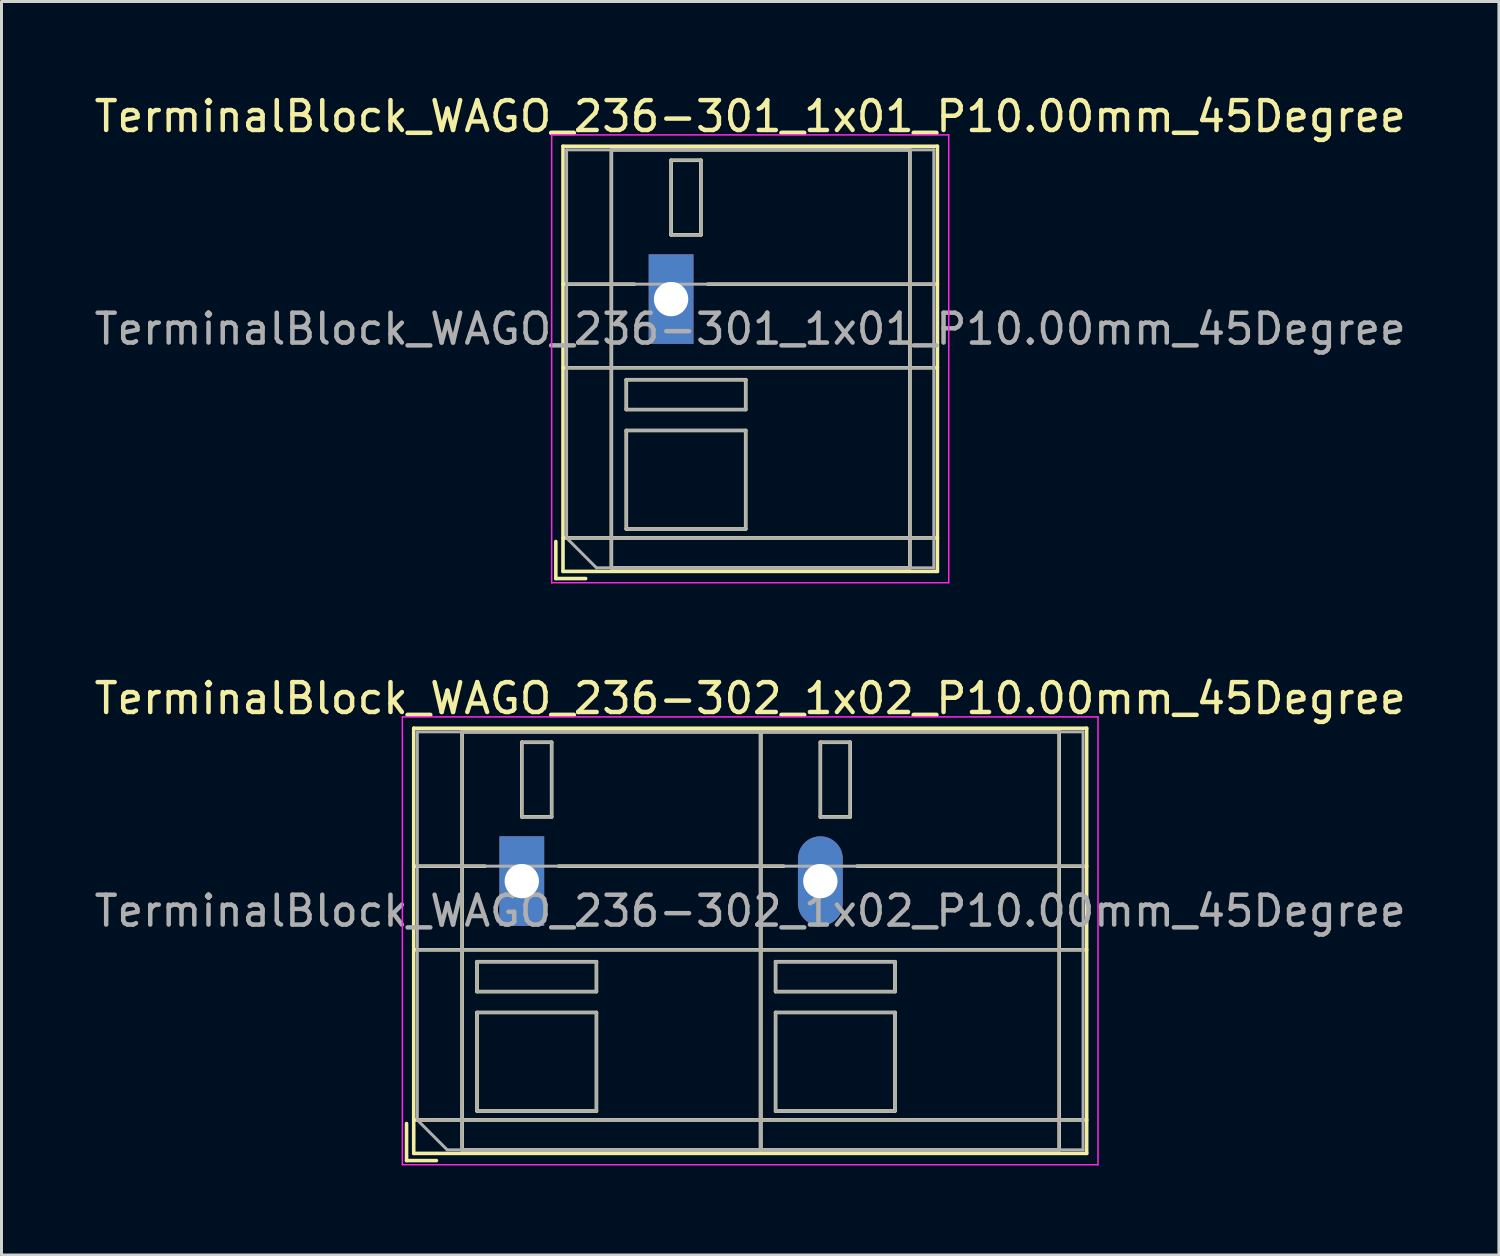
<source format=kicad_pcb>
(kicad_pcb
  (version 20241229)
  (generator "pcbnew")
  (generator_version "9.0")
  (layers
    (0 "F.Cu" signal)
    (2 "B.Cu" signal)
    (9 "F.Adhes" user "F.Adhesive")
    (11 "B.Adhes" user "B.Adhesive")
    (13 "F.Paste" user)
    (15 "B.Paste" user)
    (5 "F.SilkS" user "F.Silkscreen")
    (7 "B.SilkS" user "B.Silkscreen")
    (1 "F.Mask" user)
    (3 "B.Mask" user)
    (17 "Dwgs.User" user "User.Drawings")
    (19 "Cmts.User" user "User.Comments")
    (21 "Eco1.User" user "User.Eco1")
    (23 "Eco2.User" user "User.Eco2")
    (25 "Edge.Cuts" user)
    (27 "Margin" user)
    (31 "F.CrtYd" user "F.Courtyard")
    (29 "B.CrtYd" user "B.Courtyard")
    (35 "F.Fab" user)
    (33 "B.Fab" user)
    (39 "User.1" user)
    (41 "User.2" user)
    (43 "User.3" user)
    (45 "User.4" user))
  (footprint "TerminalBlock_WAGO_236-301_1x01_P10.00mm_45Degree"
    (layer "F.Cu")
    (at 19.427 6.968)
    (property "Reference" "TerminalBlock_WAGO_236-301_1x01_P10.00mm_45Degree" (at 2.65 -6.12 0) (layer "F.SilkS") (effects (font (size 1 1) (thickness 0.15))))
    (attr through_hole)
    (fp_line (start -3.86 8.12) (end -3.86 9.36) (stroke (width 0.12) (type solid)) (layer "F.SilkS"))
    (fp_line (start -3.86 9.36) (end -2.86 9.36) (stroke (width 0.12) (type solid)) (layer "F.SilkS"))
    (fp_line (start -3.62 -5.12) (end -3.62 9.12) (stroke (width 0.12) (type solid)) (layer "F.SilkS"))
    (fp_line (start -3.62 -5.12) (end 8.921 -5.12) (stroke (width 0.12) (type solid)) (layer "F.SilkS"))
    (fp_line (start -3.62 -0.5) (end -1.23 -0.5) (stroke (width 0.12) (type solid)) (layer "F.SilkS"))
    (fp_line (start -3.62 2.3) (end 8.921 2.3) (stroke (width 0.12) (type solid)) (layer "F.SilkS"))
    (fp_line (start -3.62 8) (end 8.921 8) (stroke (width 0.12) (type solid)) (layer "F.SilkS"))
    (fp_line (start -3.62 9.12) (end 8.921 9.12) (stroke (width 0.12) (type solid)) (layer "F.SilkS"))
    (fp_line (start -2 -5) (end -2 9) (stroke (width 0.12) (type solid)) (layer "F.SilkS"))
    (fp_line (start -2 -5) (end 8 -5) (stroke (width 0.12) (type solid)) (layer "F.SilkS"))
    (fp_line (start -2 9) (end 8 9) (stroke (width 0.12) (type solid)) (layer "F.SilkS"))
    (fp_line (start -1.5 2.7) (end -1.5 3.7) (stroke (width 0.12) (type solid)) (layer "F.SilkS"))
    (fp_line (start -1.5 2.7) (end 2.5 2.7) (stroke (width 0.12) (type solid)) (layer "F.SilkS"))
    (fp_line (start -1.5 3.7) (end 2.5 3.7) (stroke (width 0.12) (type solid)) (layer "F.SilkS"))
    (fp_line (start -1.5 4.4) (end -1.5 7.7) (stroke (width 0.12) (type solid)) (layer "F.SilkS"))
    (fp_line (start -1.5 4.4) (end 2.5 4.4) (stroke (width 0.12) (type solid)) (layer "F.SilkS"))
    (fp_line (start -1.5 7.7) (end 2.5 7.7) (stroke (width 0.12) (type solid)) (layer "F.SilkS"))
    (fp_line (start 0 -4.65) (end 0 -2.151) (stroke (width 0.12) (type solid)) (layer "F.SilkS"))
    (fp_line (start 0 -4.65) (end 1 -4.65) (stroke (width 0.12) (type solid)) (layer "F.SilkS"))
    (fp_line (start 0 -2.151) (end 1 -2.151) (stroke (width 0.12) (type solid)) (layer "F.SilkS"))
    (fp_line (start 1 -4.65) (end 1 -2.151) (stroke (width 0.12) (type solid)) (layer "F.SilkS"))
    (fp_line (start 1.23 -0.5) (end 8.921 -0.5) (stroke (width 0.12) (type solid)) (layer "F.SilkS"))
    (fp_line (start 2.5 2.7) (end 2.5 3.7) (stroke (width 0.12) (type solid)) (layer "F.SilkS"))
    (fp_line (start 2.5 4.4) (end 2.5 7.7) (stroke (width 0.12) (type solid)) (layer "F.SilkS"))
    (fp_line (start 8 -5) (end 8 9) (stroke (width 0.12) (type solid)) (layer "F.SilkS"))
    (fp_line (start 8.921 -5.12) (end 8.921 9.12) (stroke (width 0.12) (type solid)) (layer "F.SilkS"))
    (fp_line (start -4 -5.5) (end -4 9.5) (stroke (width 0.05) (type solid)) (layer "F.CrtYd"))
    (fp_line (start -4 9.5) (end 9.3 9.5) (stroke (width 0.05) (type solid)) (layer "F.CrtYd"))
    (fp_line (start 9.3 -5.5) (end -4 -5.5) (stroke (width 0.05) (type solid)) (layer "F.CrtYd"))
    (fp_line (start 9.3 9.5) (end 9.3 -5.5) (stroke (width 0.05) (type solid)) (layer "F.CrtYd"))
    (fp_line (start -3.5 -5) (end 8.8 -5) (stroke (width 0.1) (type solid)) (layer "F.Fab"))
    (fp_line (start -3.5 -0.5) (end 8.8 -0.5) (stroke (width 0.1) (type solid)) (layer "F.Fab"))
    (fp_line (start -3.5 2.3) (end 8.8 2.3) (stroke (width 0.1) (type solid)) (layer "F.Fab"))
    (fp_line (start -3.5 8) (end -3.5 -5) (stroke (width 0.1) (type solid)) (layer "F.Fab"))
    (fp_line (start -3.5 8) (end 8.8 8) (stroke (width 0.1) (type solid)) (layer "F.Fab"))
    (fp_line (start -2.5 9) (end -3.5 8) (stroke (width 0.1) (type solid)) (layer "F.Fab"))
    (fp_line (start -2 -5) (end -2 9) (stroke (width 0.1) (type solid)) (layer "F.Fab"))
    (fp_line (start -2 9) (end 8 9) (stroke (width 0.1) (type solid)) (layer "F.Fab"))
    (fp_line (start -1.5 2.7) (end -1.5 3.7) (stroke (width 0.1) (type solid)) (layer "F.Fab"))
    (fp_line (start -1.5 3.7) (end 2.5 3.7) (stroke (width 0.1) (type solid)) (layer "F.Fab"))
    (fp_line (start -1.5 4.4) (end -1.5 7.7) (stroke (width 0.1) (type solid)) (layer "F.Fab"))
    (fp_line (start -1.5 7.7) (end 2.5 7.7) (stroke (width 0.1) (type solid)) (layer "F.Fab"))
    (fp_line (start 0 -4.65) (end 0 -2.15) (stroke (width 0.1) (type solid)) (layer "F.Fab"))
    (fp_line (start 0 -2.15) (end 1 -2.15) (stroke (width 0.1) (type solid)) (layer "F.Fab"))
    (fp_line (start 1 -4.65) (end 0 -4.65) (stroke (width 0.1) (type solid)) (layer "F.Fab"))
    (fp_line (start 1 -2.15) (end 1 -4.65) (stroke (width 0.1) (type solid)) (layer "F.Fab"))
    (fp_line (start 2.5 2.7) (end -1.5 2.7) (stroke (width 0.1) (type solid)) (layer "F.Fab"))
    (fp_line (start 2.5 3.7) (end 2.5 2.7) (stroke (width 0.1) (type solid)) (layer "F.Fab"))
    (fp_line (start 2.5 4.4) (end -1.5 4.4) (stroke (width 0.1) (type solid)) (layer "F.Fab"))
    (fp_line (start 2.5 7.7) (end 2.5 4.4) (stroke (width 0.1) (type solid)) (layer "F.Fab"))
    (fp_line (start 8 -5) (end -2 -5) (stroke (width 0.1) (type solid)) (layer "F.Fab"))
    (fp_line (start 8 9) (end 8 -5) (stroke (width 0.1) (type solid)) (layer "F.Fab"))
    (fp_line (start 8.8 -5) (end 8.8 9) (stroke (width 0.1) (type solid)) (layer "F.Fab"))
    (fp_line (start 8.8 9) (end -2.5 9) (stroke (width 0.1) (type solid)) (layer "F.Fab"))
    (fp_text user "${REFERENCE}" (at 2.65 1 0) (layer "F.Fab") (effects (font (size 1 1) (thickness 0.15))))
    (pad "1" thru_hole rect (at 0 0) (size 1.5 3) (drill 1.15) (layers "*.Cu" "*.Mask")))
  (footprint "TerminalBlock_WAGO_236-302_1x02_P10.00mm_45Degree"
    (layer "F.Cu")
    (at 14.427 26.462)
    (property "Reference" "TerminalBlock_WAGO_236-302_1x02_P10.00mm_45Degree" (at 7.65 -6.12 0) (layer "F.SilkS") (effects (font (size 1 1) (thickness 0.15))))
    (attr through_hole)
    (fp_line (start -3.86 8.12) (end -3.86 9.36) (stroke (width 0.12) (type solid)) (layer "F.SilkS"))
    (fp_line (start -3.86 9.36) (end -2.86 9.36) (stroke (width 0.12) (type solid)) (layer "F.SilkS"))
    (fp_line (start -3.62 -5.12) (end -3.62 9.12) (stroke (width 0.12) (type solid)) (layer "F.SilkS"))
    (fp_line (start -3.62 -5.12) (end 18.92 -5.12) (stroke (width 0.12) (type solid)) (layer "F.SilkS"))
    (fp_line (start -3.62 -0.5) (end -1.23 -0.5) (stroke (width 0.12) (type solid)) (layer "F.SilkS"))
    (fp_line (start -3.62 2.3) (end 18.92 2.3) (stroke (width 0.12) (type solid)) (layer "F.SilkS"))
    (fp_line (start -3.62 8) (end 18.92 8) (stroke (width 0.12) (type solid)) (layer "F.SilkS"))
    (fp_line (start -3.62 9.12) (end 18.92 9.12) (stroke (width 0.12) (type solid)) (layer "F.SilkS"))
    (fp_line (start -2 -5) (end -2 9) (stroke (width 0.12) (type solid)) (layer "F.SilkS"))
    (fp_line (start -2 -5) (end 8 -5) (stroke (width 0.12) (type solid)) (layer "F.SilkS"))
    (fp_line (start -2 9) (end 8 9) (stroke (width 0.12) (type solid)) (layer "F.SilkS"))
    (fp_line (start -1.5 2.7) (end -1.5 3.7) (stroke (width 0.12) (type solid)) (layer "F.SilkS"))
    (fp_line (start -1.5 2.7) (end 2.5 2.7) (stroke (width 0.12) (type solid)) (layer "F.SilkS"))
    (fp_line (start -1.5 3.7) (end 2.5 3.7) (stroke (width 0.12) (type solid)) (layer "F.SilkS"))
    (fp_line (start -1.5 4.4) (end -1.5 7.7) (stroke (width 0.12) (type solid)) (layer "F.SilkS"))
    (fp_line (start -1.5 4.4) (end 2.5 4.4) (stroke (width 0.12) (type solid)) (layer "F.SilkS"))
    (fp_line (start -1.5 7.7) (end 2.5 7.7) (stroke (width 0.12) (type solid)) (layer "F.SilkS"))
    (fp_line (start 0 -4.65) (end 0 -2.151) (stroke (width 0.12) (type solid)) (layer "F.SilkS"))
    (fp_line (start 0 -4.65) (end 1 -4.65) (stroke (width 0.12) (type solid)) (layer "F.SilkS"))
    (fp_line (start 0 -2.151) (end 1 -2.151) (stroke (width 0.12) (type solid)) (layer "F.SilkS"))
    (fp_line (start 1 -4.65) (end 1 -2.151) (stroke (width 0.12) (type solid)) (layer "F.SilkS"))
    (fp_line (start 1.23 -0.5) (end 8.77 -0.5) (stroke (width 0.12) (type solid)) (layer "F.SilkS"))
    (fp_line (start 2.5 2.7) (end 2.5 3.7) (stroke (width 0.12) (type solid)) (layer "F.SilkS"))
    (fp_line (start 2.5 4.4) (end 2.5 7.7) (stroke (width 0.12) (type solid)) (layer "F.SilkS"))
    (fp_line (start 8 -5) (end 8 9) (stroke (width 0.12) (type solid)) (layer "F.SilkS"))
    (fp_line (start 8 -5) (end 8 9) (stroke (width 0.12) (type solid)) (layer "F.SilkS"))
    (fp_line (start 8 -5) (end 18 -5) (stroke (width 0.12) (type solid)) (layer "F.SilkS"))
    (fp_line (start 8 9) (end 18 9) (stroke (width 0.12) (type solid)) (layer "F.SilkS"))
    (fp_line (start 8.5 2.7) (end 8.5 3.7) (stroke (width 0.12) (type solid)) (layer "F.SilkS"))
    (fp_line (start 8.5 2.7) (end 12.5 2.7) (stroke (width 0.12) (type solid)) (layer "F.SilkS"))
    (fp_line (start 8.5 3.7) (end 12.5 3.7) (stroke (width 0.12) (type solid)) (layer "F.SilkS"))
    (fp_line (start 8.5 4.4) (end 8.5 7.7) (stroke (width 0.12) (type solid)) (layer "F.SilkS"))
    (fp_line (start 8.5 4.4) (end 12.5 4.4) (stroke (width 0.12) (type solid)) (layer "F.SilkS"))
    (fp_line (start 8.5 7.7) (end 12.5 7.7) (stroke (width 0.12) (type solid)) (layer "F.SilkS"))
    (fp_line (start 10 -4.65) (end 10 -2.151) (stroke (width 0.12) (type solid)) (layer "F.SilkS"))
    (fp_line (start 10 -4.65) (end 11 -4.65) (stroke (width 0.12) (type solid)) (layer "F.SilkS"))
    (fp_line (start 10 -2.151) (end 11 -2.151) (stroke (width 0.12) (type solid)) (layer "F.SilkS"))
    (fp_line (start 11 -4.65) (end 11 -2.151) (stroke (width 0.12) (type solid)) (layer "F.SilkS"))
    (fp_line (start 11.23 -0.5) (end 18.92 -0.5) (stroke (width 0.12) (type solid)) (layer "F.SilkS"))
    (fp_line (start 12.5 2.7) (end 12.5 3.7) (stroke (width 0.12) (type solid)) (layer "F.SilkS"))
    (fp_line (start 12.5 4.4) (end 12.5 7.7) (stroke (width 0.12) (type solid)) (layer "F.SilkS"))
    (fp_line (start 18 -5) (end 18 9) (stroke (width 0.12) (type solid)) (layer "F.SilkS"))
    (fp_line (start 18.92 -5.12) (end 18.92 9.12) (stroke (width 0.12) (type solid)) (layer "F.SilkS"))
    (fp_line (start -4 -5.5) (end -4 9.5) (stroke (width 0.05) (type solid)) (layer "F.CrtYd"))
    (fp_line (start -4 9.5) (end 19.3 9.5) (stroke (width 0.05) (type solid)) (layer "F.CrtYd"))
    (fp_line (start 19.3 -5.5) (end -4 -5.5) (stroke (width 0.05) (type solid)) (layer "F.CrtYd"))
    (fp_line (start 19.3 9.5) (end 19.3 -5.5) (stroke (width 0.05) (type solid)) (layer "F.CrtYd"))
    (fp_line (start -3.5 -5) (end 18.8 -5) (stroke (width 0.1) (type solid)) (layer "F.Fab"))
    (fp_line (start -3.5 -0.5) (end 18.8 -0.5) (stroke (width 0.1) (type solid)) (layer "F.Fab"))
    (fp_line (start -3.5 2.3) (end 18.8 2.3) (stroke (width 0.1) (type solid)) (layer "F.Fab"))
    (fp_line (start -3.5 8) (end -3.5 -5) (stroke (width 0.1) (type solid)) (layer "F.Fab"))
    (fp_line (start -3.5 8) (end 18.8 8) (stroke (width 0.1) (type solid)) (layer "F.Fab"))
    (fp_line (start -2.5 9) (end -3.5 8) (stroke (width 0.1) (type solid)) (layer "F.Fab"))
    (fp_line (start -2 -5) (end -2 9) (stroke (width 0.1) (type solid)) (layer "F.Fab"))
    (fp_line (start -2 9) (end 8 9) (stroke (width 0.1) (type solid)) (layer "F.Fab"))
    (fp_line (start -1.5 2.7) (end -1.5 3.7) (stroke (width 0.1) (type solid)) (layer "F.Fab"))
    (fp_line (start -1.5 3.7) (end 2.5 3.7) (stroke (width 0.1) (type solid)) (layer "F.Fab"))
    (fp_line (start -1.5 4.4) (end -1.5 7.7) (stroke (width 0.1) (type solid)) (layer "F.Fab"))
    (fp_line (start -1.5 7.7) (end 2.5 7.7) (stroke (width 0.1) (type solid)) (layer "F.Fab"))
    (fp_line (start 0 -4.65) (end 0 -2.15) (stroke (width 0.1) (type solid)) (layer "F.Fab"))
    (fp_line (start 0 -2.15) (end 1 -2.15) (stroke (width 0.1) (type solid)) (layer "F.Fab"))
    (fp_line (start 1 -4.65) (end 0 -4.65) (stroke (width 0.1) (type solid)) (layer "F.Fab"))
    (fp_line (start 1 -2.15) (end 1 -4.65) (stroke (width 0.1) (type solid)) (layer "F.Fab"))
    (fp_line (start 2.5 2.7) (end -1.5 2.7) (stroke (width 0.1) (type solid)) (layer "F.Fab"))
    (fp_line (start 2.5 3.7) (end 2.5 2.7) (stroke (width 0.1) (type solid)) (layer "F.Fab"))
    (fp_line (start 2.5 4.4) (end -1.5 4.4) (stroke (width 0.1) (type solid)) (layer "F.Fab"))
    (fp_line (start 2.5 7.7) (end 2.5 4.4) (stroke (width 0.1) (type solid)) (layer "F.Fab"))
    (fp_line (start 8 -5) (end -2 -5) (stroke (width 0.1) (type solid)) (layer "F.Fab"))
    (fp_line (start 8 -5) (end 8 9) (stroke (width 0.1) (type solid)) (layer "F.Fab"))
    (fp_line (start 8 9) (end 8 -5) (stroke (width 0.1) (type solid)) (layer "F.Fab"))
    (fp_line (start 8 9) (end 18 9) (stroke (width 0.1) (type solid)) (layer "F.Fab"))
    (fp_line (start 8.5 2.7) (end 8.5 3.7) (stroke (width 0.1) (type solid)) (layer "F.Fab"))
    (fp_line (start 8.5 3.7) (end 12.5 3.7) (stroke (width 0.1) (type solid)) (layer "F.Fab"))
    (fp_line (start 8.5 4.4) (end 8.5 7.7) (stroke (width 0.1) (type solid)) (layer "F.Fab"))
    (fp_line (start 8.5 7.7) (end 12.5 7.7) (stroke (width 0.1) (type solid)) (layer "F.Fab"))
    (fp_line (start 10 -4.65) (end 10 -2.15) (stroke (width 0.1) (type solid)) (layer "F.Fab"))
    (fp_line (start 10 -2.15) (end 11 -2.15) (stroke (width 0.1) (type solid)) (layer "F.Fab"))
    (fp_line (start 11 -4.65) (end 10 -4.65) (stroke (width 0.1) (type solid)) (layer "F.Fab"))
    (fp_line (start 11 -2.15) (end 11 -4.65) (stroke (width 0.1) (type solid)) (layer "F.Fab"))
    (fp_line (start 12.5 2.7) (end 8.5 2.7) (stroke (width 0.1) (type solid)) (layer "F.Fab"))
    (fp_line (start 12.5 3.7) (end 12.5 2.7) (stroke (width 0.1) (type solid)) (layer "F.Fab"))
    (fp_line (start 12.5 4.4) (end 8.5 4.4) (stroke (width 0.1) (type solid)) (layer "F.Fab"))
    (fp_line (start 12.5 7.7) (end 12.5 4.4) (stroke (width 0.1) (type solid)) (layer "F.Fab"))
    (fp_line (start 18 -5) (end 8 -5) (stroke (width 0.1) (type solid)) (layer "F.Fab"))
    (fp_line (start 18 9) (end 18 -5) (stroke (width 0.1) (type solid)) (layer "F.Fab"))
    (fp_line (start 18.8 -5) (end 18.8 9) (stroke (width 0.1) (type solid)) (layer "F.Fab"))
    (fp_line (start 18.8 9) (end -2.5 9) (stroke (width 0.1) (type solid)) (layer "F.Fab"))
    (fp_text user "${REFERENCE}" (at 7.65 1 0) (layer "F.Fab") (effects (font (size 1 1) (thickness 0.15))))
    (pad "1" thru_hole rect (at 0 0) (size 1.5 3) (drill 1.15) (layers "*.Cu" "*.Mask"))
    (pad "2" thru_hole oval (at 10 0) (size 1.5 3) (drill 1.15) (layers "*.Cu" "*.Mask")))
  (gr_rect
    (start -3 -3)
    (end 47.155 38.986)
    (stroke (width 0.1) (type default))
    (fill no)
    (layer "Edge.Cuts")))
</source>
